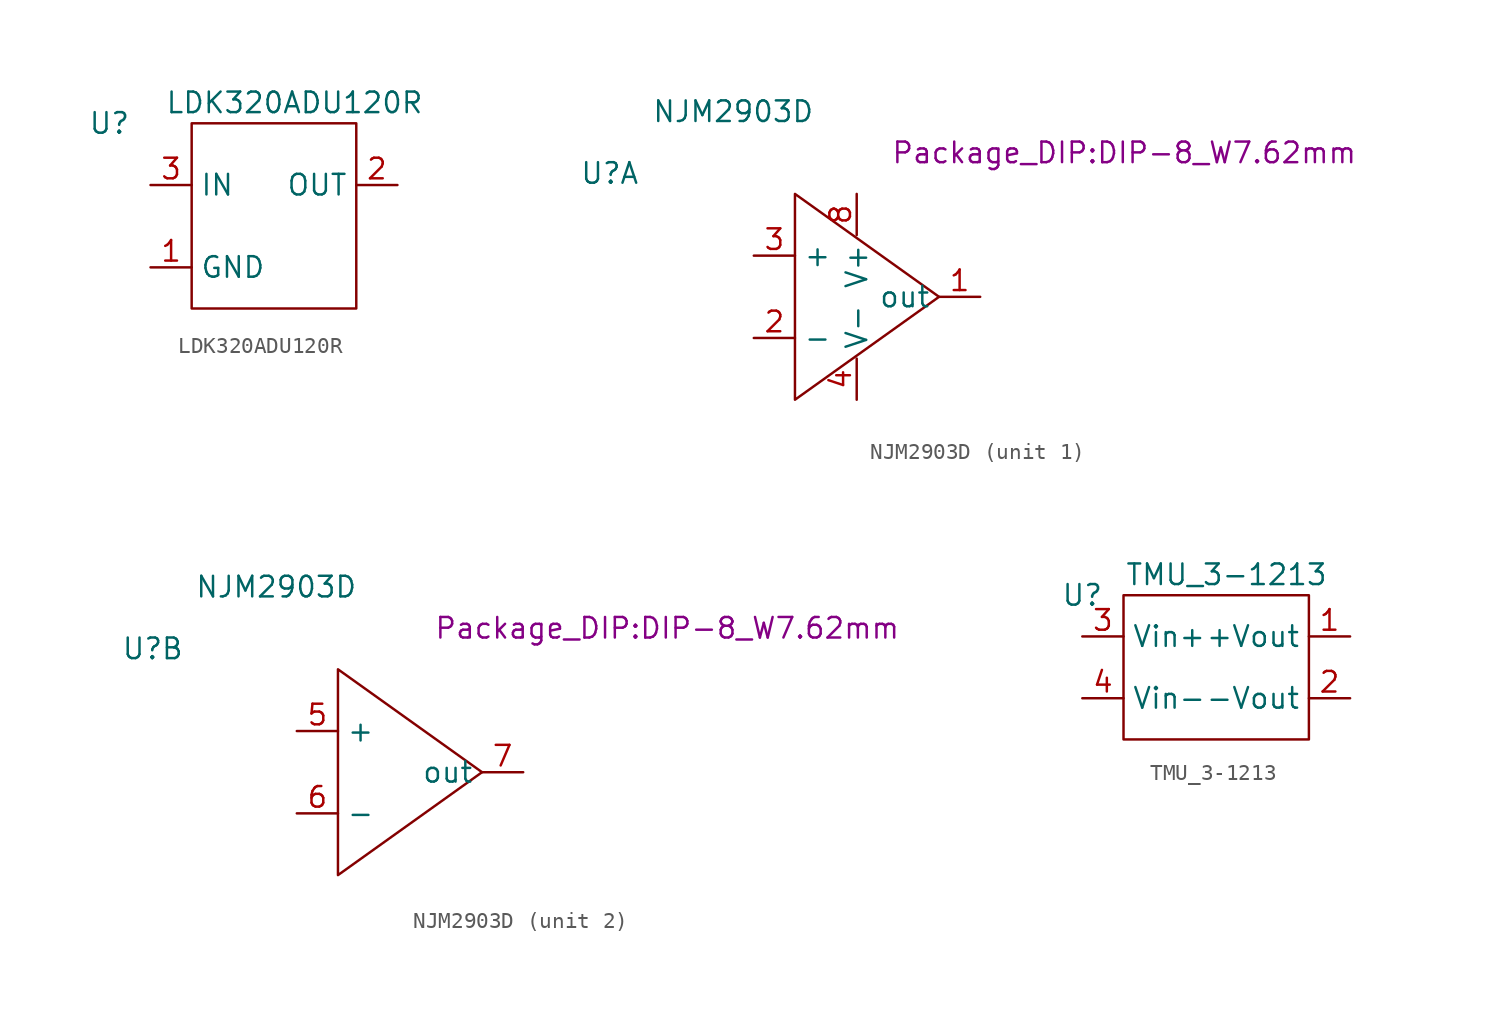
<source format=kicad_sym>
(kicad_symbol_lib
  (version 20211014)
  (generator kicad_symbol_editor)
  (symbol "LDK320ADU120R"
    (property "Reference" "U"
      (at -10.16 2.54 0)
      (effects (font (size 1.27 1.27))))
    (property "Value" "LDK320ADU120R"
      (at 1.27 3.81 0)
      (effects (font (size 1.27 1.27))))
    (symbol "LDK320ADU120R_0_1"
      (polyline (pts (xy -5.08 2.54) (xy -5.08 -8.89) (xy 5.08 -8.89) (xy 5.08 2.54) (xy -5.08 2.54)) (stroke (width 0) (type default) (color 0 0 0 0)) (fill (type none))))
    (symbol "LDK320ADU120R_1_1"
      (pin power_in line (at -7.62 -6.35 0) (length 2.54) (name "GND" (effects (font (size 1.27 1.27)))) (number "1" (effects (font (size 1.27 1.27)))))
      (pin power_out line (at 7.62 -1.27 180) (length 2.54) (name "OUT" (effects (font (size 1.27 1.27)))) (number "2" (effects (font (size 1.27 1.27)))))
      (pin power_in line (at -7.62 -1.27 0) (length 2.54) (name "IN" (effects (font (size 1.27 1.27)))) (number "3" (effects (font (size 1.27 1.27)))))))
  (symbol "NJM2903D"
    (property "Reference" "U"
      (at -6.35 1.27 0)
      (effects (font (size 1.27 1.27))))
    (property "Value" "NJM2903D"
      (at 1.27 5.08 0)
      (effects (font (size 1.27 1.27))))
    (property "Footprint" "Package_DIP:DIP-8_W7.62mm"
      (at 25.4 2.54 0)
      (effects (font (size 1.27 1.27))))
    (symbol "NJM2903D_0_1"
      (polyline (pts (xy 5.08 0) (xy 5.08 -12.7) (xy 13.97 -6.35) (xy 5.08 0)) (stroke (width 0) (type default) (color 0 0 0 0)) (fill (type none))))
    (symbol "NJM2903D_1_1"
      (pin open_collector line (at 16.51 -6.35 180) (length 2.54) (name "out" (effects (font (size 1.27 1.27)))) (number "1" (effects (font (size 1.27 1.27)))))
      (pin input line (at 2.54 -8.89 0) (length 2.54) (name "-" (effects (font (size 1.27 1.27)))) (number "2" (effects (font (size 1.27 1.27)))))
      (pin input line (at 2.54 -3.81 0) (length 2.54) (name "+" (effects (font (size 1.27 1.27)))) (number "3" (effects (font (size 1.27 1.27)))))
      (pin power_in line (at 8.89 -12.7 90) (length 2.54) (name "V-" (effects (font (size 1.27 1.27)))) (number "4" (effects (font (size 1.27 1.27)))))
      (pin power_in line (at 8.89 0 270) (length 2.54) (name "V+" (effects (font (size 1.27 1.27)))) (number "8" (effects (font (size 1.27 1.27))))))
    (symbol "NJM2903D_2_1"
      (pin input line (at 2.54 -3.81 0) (length 2.54) (name "+" (effects (font (size 1.27 1.27)))) (number "5" (effects (font (size 1.27 1.27)))))
      (pin input line (at 2.54 -8.89 0) (length 2.54) (name "-" (effects (font (size 1.27 1.27)))) (number "6" (effects (font (size 1.27 1.27)))))
      (pin open_collector line (at 16.51 -6.35 180) (length 2.54) (name "out" (effects (font (size 1.27 1.27)))) (number "7" (effects (font (size 1.27 1.27)))))))
  (symbol "TMU_3-1213"
    (property "Reference" "U"
      (at -7.62 3.81 0)
      (effects (font (size 1.27 1.27))))
    (property "Value" "TMU_3-1213"
      (at 1.27 5.08 0)
      (effects (font (size 1.27 1.27))))
    (symbol "TMU_3-1213_0_1"
      (polyline (pts (xy -5.08 3.81) (xy -5.08 -5.08) (xy 6.35 -5.08) (xy 6.35 3.81) (xy -5.08 3.81)) (stroke (width 0) (type default) (color 0 0 0 0)) (fill (type none))))
    (symbol "TMU_3-1213_1_1"
      (pin power_out line (at 8.89 1.27 180) (length 2.54) (name "+Vout" (effects (font (size 1.27 1.27)))) (number "1" (effects (font (size 1.27 1.27)))))
      (pin power_out line (at 8.89 -2.54 180) (length 2.54) (name "-Vout" (effects (font (size 1.27 1.27)))) (number "2" (effects (font (size 1.27 1.27)))))
      (pin power_in line (at -7.62 1.27 0) (length 2.54) (name "Vin+" (effects (font (size 1.27 1.27)))) (number "3" (effects (font (size 1.27 1.27)))))
      (pin power_in line (at -7.62 -2.54 0) (length 2.54) (name "Vin-" (effects (font (size 1.27 1.27)))) (number "4" (effects (font (size 1.27 1.27))))))))
</source>
